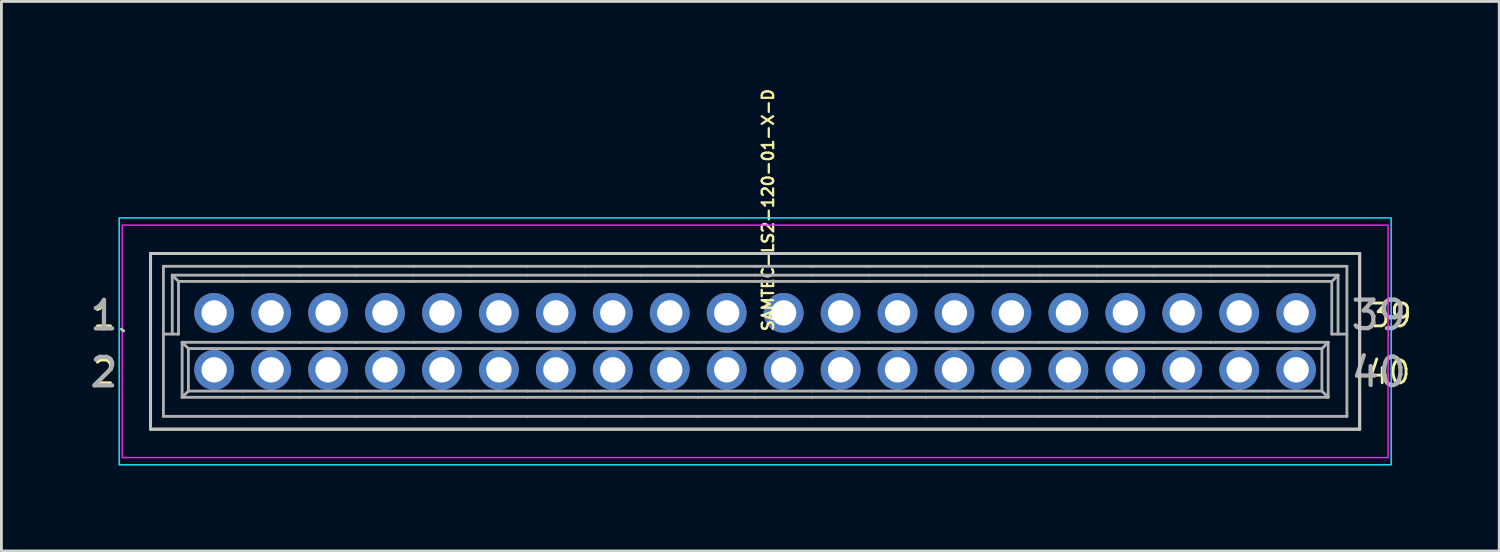
<source format=kicad_pcb>
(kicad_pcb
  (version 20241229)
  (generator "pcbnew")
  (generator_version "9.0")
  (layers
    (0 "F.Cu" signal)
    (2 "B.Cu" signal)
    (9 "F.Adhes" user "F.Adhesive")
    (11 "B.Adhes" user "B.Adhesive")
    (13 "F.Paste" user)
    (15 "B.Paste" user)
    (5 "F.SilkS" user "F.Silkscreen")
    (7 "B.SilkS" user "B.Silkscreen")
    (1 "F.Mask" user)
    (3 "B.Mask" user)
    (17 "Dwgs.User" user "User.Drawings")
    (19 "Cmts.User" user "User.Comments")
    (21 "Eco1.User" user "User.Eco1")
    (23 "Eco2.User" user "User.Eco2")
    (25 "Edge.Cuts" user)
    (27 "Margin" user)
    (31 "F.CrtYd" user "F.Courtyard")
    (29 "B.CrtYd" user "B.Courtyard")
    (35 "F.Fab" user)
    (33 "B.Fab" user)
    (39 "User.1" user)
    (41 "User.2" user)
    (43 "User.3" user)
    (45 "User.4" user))
  (footprint "SAMTEC-LS2-120-01-X-D"
    (layer "F.Cu")
    (at 23.471 8.938)
    (property "Reference" "SAMTEC-LS2-120-01-X-D" (at 0.45 -4.61 90) (unlocked yes) (layer "F.SilkS") (effects (font (size 0.4 0.4) (thickness 0.08))))
    (attr through_hole)
    (fp_circle (center -19 -1) (end -18.204 -1) (stroke (width 0.1) (type solid)) (fill yes) (layer "F.Mask"))
    (fp_circle (center -19 1) (end -18.204 1) (stroke (width 0.1) (type solid)) (fill yes) (layer "F.Mask"))
    (fp_circle (center -17 -1) (end -16.204 -1) (stroke (width 0.1) (type solid)) (fill yes) (layer "F.Mask"))
    (fp_circle (center -17 1) (end -16.204 1) (stroke (width 0.1) (type solid)) (fill yes) (layer "F.Mask"))
    (fp_circle (center -15 -1) (end -14.204 -1) (stroke (width 0.1) (type solid)) (fill yes) (layer "F.Mask"))
    (fp_circle (center -15 1) (end -14.204 1) (stroke (width 0.1) (type solid)) (fill yes) (layer "F.Mask"))
    (fp_circle (center -13 -1) (end -12.204 -1) (stroke (width 0.1) (type solid)) (fill yes) (layer "F.Mask"))
    (fp_circle (center -13 1) (end -12.204 1) (stroke (width 0.1) (type solid)) (fill yes) (layer "F.Mask"))
    (fp_circle (center -11 -1) (end -10.204 -1) (stroke (width 0.1) (type solid)) (fill yes) (layer "F.Mask"))
    (fp_circle (center -11 1) (end -10.204 1) (stroke (width 0.1) (type solid)) (fill yes) (layer "F.Mask"))
    (fp_circle (center -9 -1) (end -8.204 -1) (stroke (width 0.1) (type solid)) (fill yes) (layer "F.Mask"))
    (fp_circle (center -9 1) (end -8.204 1) (stroke (width 0.1) (type solid)) (fill yes) (layer "F.Mask"))
    (fp_circle (center -7 -1) (end -6.204 -1) (stroke (width 0.1) (type solid)) (fill yes) (layer "F.Mask"))
    (fp_circle (center -7 1) (end -6.204 1) (stroke (width 0.1) (type solid)) (fill yes) (layer "F.Mask"))
    (fp_circle (center -5 -1) (end -4.204 -1) (stroke (width 0.1) (type solid)) (fill yes) (layer "F.Mask"))
    (fp_circle (center -5 1) (end -4.204 1) (stroke (width 0.1) (type solid)) (fill yes) (layer "F.Mask"))
    (fp_circle (center -3 -1) (end -2.204 -1) (stroke (width 0.1) (type solid)) (fill yes) (layer "F.Mask"))
    (fp_circle (center -3 1) (end -2.204 1) (stroke (width 0.1) (type solid)) (fill yes) (layer "F.Mask"))
    (fp_circle (center -1 -1) (end -0.204 -1) (stroke (width 0.1) (type solid)) (fill yes) (layer "F.Mask"))
    (fp_circle (center -1 1) (end -0.204 1) (stroke (width 0.1) (type solid)) (fill yes) (layer "F.Mask"))
    (fp_circle (center 1 -1) (end 1.796 -1) (stroke (width 0.1) (type solid)) (fill yes) (layer "F.Mask"))
    (fp_circle (center 1 1) (end 1.796 1) (stroke (width 0.1) (type solid)) (fill yes) (layer "F.Mask"))
    (fp_circle (center 3 -1) (end 3.796 -1) (stroke (width 0.1) (type solid)) (fill yes) (layer "F.Mask"))
    (fp_circle (center 3 1) (end 3.796 1) (stroke (width 0.1) (type solid)) (fill yes) (layer "F.Mask"))
    (fp_circle (center 5 -1) (end 5.796 -1) (stroke (width 0.1) (type solid)) (fill yes) (layer "F.Mask"))
    (fp_circle (center 5 1) (end 5.796 1) (stroke (width 0.1) (type solid)) (fill yes) (layer "F.Mask"))
    (fp_circle (center 7 -1) (end 7.796 -1) (stroke (width 0.1) (type solid)) (fill yes) (layer "F.Mask"))
    (fp_circle (center 7 1) (end 7.796 1) (stroke (width 0.1) (type solid)) (fill yes) (layer "F.Mask"))
    (fp_circle (center 9 -1) (end 9.796 -1) (stroke (width 0.1) (type solid)) (fill yes) (layer "F.Mask"))
    (fp_circle (center 9 1) (end 9.796 1) (stroke (width 0.1) (type solid)) (fill yes) (layer "F.Mask"))
    (fp_circle (center 11 -1) (end 11.796 -1) (stroke (width 0.1) (type solid)) (fill yes) (layer "F.Mask"))
    (fp_circle (center 11 1) (end 11.796 1) (stroke (width 0.1) (type solid)) (fill yes) (layer "F.Mask"))
    (fp_circle (center 13 -1) (end 13.796 -1) (stroke (width 0.1) (type solid)) (fill yes) (layer "F.Mask"))
    (fp_circle (center 13 1) (end 13.796 1) (stroke (width 0.1) (type solid)) (fill yes) (layer "F.Mask"))
    (fp_circle (center 15 -1) (end 15.796 -1) (stroke (width 0.1) (type solid)) (fill yes) (layer "F.Mask"))
    (fp_circle (center 15 1) (end 15.796 1) (stroke (width 0.1) (type solid)) (fill yes) (layer "F.Mask"))
    (fp_circle (center 17 -1) (end 17.796 -1) (stroke (width 0.1) (type solid)) (fill yes) (layer "F.Mask"))
    (fp_circle (center 17 1) (end 17.796 1) (stroke (width 0.1) (type solid)) (fill yes) (layer "F.Mask"))
    (fp_circle (center 19 -1) (end 19.796 -1) (stroke (width 0.1) (type solid)) (fill yes) (layer "F.Mask"))
    (fp_circle (center 19 1) (end 19.796 1) (stroke (width 0.1) (type solid)) (fill yes) (layer "F.Mask"))
    (fp_circle (center -19 -1) (end -18.204 -1) (stroke (width 0.1) (type solid)) (fill yes) (layer "B.Mask"))
    (fp_circle (center -19 1) (end -18.204 1) (stroke (width 0.1) (type solid)) (fill yes) (layer "B.Mask"))
    (fp_circle (center -17 -1) (end -16.204 -1) (stroke (width 0.1) (type solid)) (fill yes) (layer "B.Mask"))
    (fp_circle (center -17 1) (end -16.204 1) (stroke (width 0.1) (type solid)) (fill yes) (layer "B.Mask"))
    (fp_circle (center -15 -1) (end -14.204 -1) (stroke (width 0.1) (type solid)) (fill yes) (layer "B.Mask"))
    (fp_circle (center -15 1) (end -14.204 1) (stroke (width 0.1) (type solid)) (fill yes) (layer "B.Mask"))
    (fp_circle (center -13 -1) (end -12.204 -1) (stroke (width 0.1) (type solid)) (fill yes) (layer "B.Mask"))
    (fp_circle (center -13 1) (end -12.204 1) (stroke (width 0.1) (type solid)) (fill yes) (layer "B.Mask"))
    (fp_circle (center -11 -1) (end -10.204 -1) (stroke (width 0.1) (type solid)) (fill yes) (layer "B.Mask"))
    (fp_circle (center -11 1) (end -10.204 1) (stroke (width 0.1) (type solid)) (fill yes) (layer "B.Mask"))
    (fp_circle (center -9 -1) (end -8.204 -1) (stroke (width 0.1) (type solid)) (fill yes) (layer "B.Mask"))
    (fp_circle (center -9 1) (end -8.204 1) (stroke (width 0.1) (type solid)) (fill yes) (layer "B.Mask"))
    (fp_circle (center -7 -1) (end -6.204 -1) (stroke (width 0.1) (type solid)) (fill yes) (layer "B.Mask"))
    (fp_circle (center -7 1) (end -6.204 1) (stroke (width 0.1) (type solid)) (fill yes) (layer "B.Mask"))
    (fp_circle (center -5 -1) (end -4.204 -1) (stroke (width 0.1) (type solid)) (fill yes) (layer "B.Mask"))
    (fp_circle (center -5 1) (end -4.204 1) (stroke (width 0.1) (type solid)) (fill yes) (layer "B.Mask"))
    (fp_circle (center -3 -1) (end -2.204 -1) (stroke (width 0.1) (type solid)) (fill yes) (layer "B.Mask"))
    (fp_circle (center -3 1) (end -2.204 1) (stroke (width 0.1) (type solid)) (fill yes) (layer "B.Mask"))
    (fp_circle (center -1 -1) (end -0.204 -1) (stroke (width 0.1) (type solid)) (fill yes) (layer "B.Mask"))
    (fp_circle (center -1 1) (end -0.204 1) (stroke (width 0.1) (type solid)) (fill yes) (layer "B.Mask"))
    (fp_circle (center 1 -1) (end 1.796 -1) (stroke (width 0.1) (type solid)) (fill yes) (layer "B.Mask"))
    (fp_circle (center 1 1) (end 1.796 1) (stroke (width 0.1) (type solid)) (fill yes) (layer "B.Mask"))
    (fp_circle (center 3 -1) (end 3.796 -1) (stroke (width 0.1) (type solid)) (fill yes) (layer "B.Mask"))
    (fp_circle (center 3 1) (end 3.796 1) (stroke (width 0.1) (type solid)) (fill yes) (layer "B.Mask"))
    (fp_circle (center 5 -1) (end 5.796 -1) (stroke (width 0.1) (type solid)) (fill yes) (layer "B.Mask"))
    (fp_circle (center 5 1) (end 5.796 1) (stroke (width 0.1) (type solid)) (fill yes) (layer "B.Mask"))
    (fp_circle (center 7 -1) (end 7.796 -1) (stroke (width 0.1) (type solid)) (fill yes) (layer "B.Mask"))
    (fp_circle (center 7 1) (end 7.796 1) (stroke (width 0.1) (type solid)) (fill yes) (layer "B.Mask"))
    (fp_circle (center 9 -1) (end 9.796 -1) (stroke (width 0.1) (type solid)) (fill yes) (layer "B.Mask"))
    (fp_circle (center 9 1) (end 9.796 1) (stroke (width 0.1) (type solid)) (fill yes) (layer "B.Mask"))
    (fp_circle (center 11 -1) (end 11.796 -1) (stroke (width 0.1) (type solid)) (fill yes) (layer "B.Mask"))
    (fp_circle (center 11 1) (end 11.796 1) (stroke (width 0.1) (type solid)) (fill yes) (layer "B.Mask"))
    (fp_circle (center 13 -1) (end 13.796 -1) (stroke (width 0.1) (type solid)) (fill yes) (layer "B.Mask"))
    (fp_circle (center 13 1) (end 13.796 1) (stroke (width 0.1) (type solid)) (fill yes) (layer "B.Mask"))
    (fp_circle (center 15 -1) (end 15.796 -1) (stroke (width 0.1) (type solid)) (fill yes) (layer "B.Mask"))
    (fp_circle (center 15 1) (end 15.796 1) (stroke (width 0.1) (type solid)) (fill yes) (layer "B.Mask"))
    (fp_circle (center 17 -1) (end 17.796 -1) (stroke (width 0.1) (type solid)) (fill yes) (layer "B.Mask"))
    (fp_circle (center 17 1) (end 17.796 1) (stroke (width 0.1) (type solid)) (fill yes) (layer "B.Mask"))
    (fp_circle (center 19 -1) (end 19.796 -1) (stroke (width 0.1) (type solid)) (fill yes) (layer "B.Mask"))
    (fp_circle (center 19 1) (end 19.796 1) (stroke (width 0.1) (type solid)) (fill yes) (layer "B.Mask"))
    (fp_line (start -21.232 -3.085) (end -21.232 3.085) (stroke (width 0.1) (type solid)) (layer "F.SilkS"))
    (fp_line (start -21.232 3.085) (end 21.232 3.085) (stroke (width 0.1) (type solid)) (layer "F.SilkS"))
    (fp_line (start 21.232 -3.085) (end -21.232 -3.085) (stroke (width 0.1) (type solid)) (layer "F.SilkS"))
    (fp_line (start 21.232 3.085) (end 21.232 -3.085) (stroke (width 0.1) (type solid)) (layer "F.SilkS"))
    (fp_line (start -22.257 -0.428) (end -22.178 -0.365) (stroke (width 0.1) (type solid)) (layer "Dwgs.User"))
    (fp_line (start -21.232 -3.085) (end -21.232 3.085) (stroke (width 0.1) (type solid)) (layer "Dwgs.User"))
    (fp_line (start -21.232 3.085) (end 21.232 3.085) (stroke (width 0.1) (type solid)) (layer "Dwgs.User"))
    (fp_line (start 21.232 -3.085) (end -21.232 -3.085) (stroke (width 0.1) (type solid)) (layer "Dwgs.User"))
    (fp_line (start 21.232 3.085) (end 21.232 -3.085) (stroke (width 0.1) (type solid)) (layer "Dwgs.User"))
    (fp_poly (pts (xy -22.336 4.336) (xy -22.336 -4.336) (xy 22.336 -4.336) (xy 22.336 4.336) (xy -22.336 4.336)) (stroke (width 0.05) (type solid)) (fill no) (layer "B.CrtYd"))
    (fp_poly (pts (xy 22.229 -4.082) (xy -22.229 -4.082) (xy -22.229 4.082) (xy 22.229 4.082) (xy 22.229 -4.082)) (stroke (width 0.05) (type solid)) (fill no) (layer "F.CrtYd"))
    (fp_line (start -20.782 -2.635) (end -20.782 2.635) (stroke (width 0.1) (type solid)) (layer "F.Fab"))
    (fp_line (start -20.782 2.635) (end -18 2.635) (stroke (width 0.1) (type solid)) (layer "F.Fab"))
    (fp_line (start -20.472 -2.324) (end -18 -2.324) (stroke (width 0.1) (type solid)) (layer "F.Fab"))
    (fp_line (start -20.472 -0.254) (end -20.472 -2.324) (stroke (width 0.1) (type solid)) (layer "F.Fab"))
    (fp_line (start -20.252 -2.104) (end -20.472 -2.324) (stroke (width 0.1) (type solid)) (layer "F.Fab"))
    (fp_line (start -20.252 -2.104) (end -20.252 -0.254) (stroke (width 0.1) (type solid)) (layer "F.Fab"))
    (fp_line (start -20.252 -0.254) (end -20.782 -0.254) (stroke (width 0.1) (type solid)) (layer "F.Fab"))
    (fp_line (start -20.125 0.034) (end -20.125 1.965) (stroke (width 0.1) (type solid)) (layer "F.Fab"))
    (fp_line (start -20.125 1.965) (end -19.905 1.745) (stroke (width 0.1) (type solid)) (layer "F.Fab"))
    (fp_line (start -19.905 0.254) (end -20.125 0.034) (stroke (width 0.1) (type solid)) (layer "F.Fab"))
    (fp_line (start -19.905 0.254) (end -18 0.254) (stroke (width 0.1) (type solid)) (layer "F.Fab"))
    (fp_line (start -19.905 1.745) (end -19.905 0.254) (stroke (width 0.1) (type solid)) (layer "F.Fab"))
    (fp_line (start -19.248 -1.25) (end -18.748 -1.25) (stroke (width 0.1) (type solid)) (layer "F.Fab"))
    (fp_line (start -19.248 -0.749) (end -19.248 -1.25) (stroke (width 0.1) (type solid)) (layer "F.Fab"))
    (fp_line (start -19.248 0.749) (end -18.748 0.749) (stroke (width 0.1) (type solid)) (layer "F.Fab"))
    (fp_line (start -19.248 1.25) (end -19.248 0.749) (stroke (width 0.1) (type solid)) (layer "F.Fab"))
    (fp_line (start -18.748 -1.25) (end -18.748 -0.749) (stroke (width 0.1) (type solid)) (layer "F.Fab"))
    (fp_line (start -18.748 -0.749) (end -19.248 -0.749) (stroke (width 0.1) (type solid)) (layer "F.Fab"))
    (fp_line (start -18.748 0.749) (end -18.748 1.25) (stroke (width 0.1) (type solid)) (layer "F.Fab"))
    (fp_line (start -18.748 1.25) (end -19.248 1.25) (stroke (width 0.1) (type solid)) (layer "F.Fab"))
    (fp_line (start -18 -2.635) (end -20.782 -2.635) (stroke (width 0.1) (type solid)) (layer "F.Fab"))
    (fp_line (start -18 -2.324) (end -16 -2.324) (stroke (width 0.1) (type solid)) (layer "F.Fab"))
    (fp_line (start -18 -2.104) (end -20.252 -2.104) (stroke (width 0.1) (type solid)) (layer "F.Fab"))
    (fp_line (start -18 0.034) (end -20.125 0.034) (stroke (width 0.1) (type solid)) (layer "F.Fab"))
    (fp_line (start -18 0.254) (end -16 0.254) (stroke (width 0.1) (type solid)) (layer "F.Fab"))
    (fp_line (start -18 1.745) (end -19.905 1.745) (stroke (width 0.1) (type solid)) (layer "F.Fab"))
    (fp_line (start -18 1.745) (end -16 1.745) (stroke (width 0.1) (type solid)) (layer "F.Fab"))
    (fp_line (start -18 1.965) (end -20.125 1.965) (stroke (width 0.1) (type solid)) (layer "F.Fab"))
    (fp_line (start -17.251 -1.25) (end -16.751 -1.25) (stroke (width 0.1) (type solid)) (layer "F.Fab"))
    (fp_line (start -17.251 -0.749) (end -17.251 -1.25) (stroke (width 0.1) (type solid)) (layer "F.Fab"))
    (fp_line (start -17.251 0.749) (end -16.754 0.749) (stroke (width 0.1) (type solid)) (layer "F.Fab"))
    (fp_line (start -17.251 1.236) (end -17.251 0.749) (stroke (width 0.1) (type solid)) (layer "F.Fab"))
    (fp_line (start -16.754 0.749) (end -16.754 1.236) (stroke (width 0.1) (type solid)) (layer "F.Fab"))
    (fp_line (start -16.754 1.236) (end -17.251 1.236) (stroke (width 0.1) (type solid)) (layer "F.Fab"))
    (fp_line (start -16.751 -1.25) (end -16.751 -0.749) (stroke (width 0.1) (type solid)) (layer "F.Fab"))
    (fp_line (start -16.751 -0.749) (end -17.251 -0.749) (stroke (width 0.1) (type solid)) (layer "F.Fab"))
    (fp_line (start -16 -2.635) (end -18 -2.635) (stroke (width 0.1) (type solid)) (layer "F.Fab"))
    (fp_line (start -16 -2.324) (end -14 -2.324) (stroke (width 0.1) (type solid)) (layer "F.Fab"))
    (fp_line (start -16 -2.104) (end -18 -2.104) (stroke (width 0.1) (type solid)) (layer "F.Fab"))
    (fp_line (start -16 0.034) (end -18 0.034) (stroke (width 0.1) (type solid)) (layer "F.Fab"))
    (fp_line (start -16 0.254) (end -14 0.254) (stroke (width 0.1) (type solid)) (layer "F.Fab"))
    (fp_line (start -16 1.745) (end -14 1.745) (stroke (width 0.1) (type solid)) (layer "F.Fab"))
    (fp_line (start -16 1.965) (end -18 1.965) (stroke (width 0.1) (type solid)) (layer "F.Fab"))
    (fp_line (start -16 2.633) (end -16 2.635) (stroke (width 0.1) (type solid)) (layer "F.Fab"))
    (fp_line (start -16 2.635) (end -18 2.635) (stroke (width 0.1) (type solid)) (layer "F.Fab"))
    (fp_line (start -15.251 -1.25) (end -14.751 -1.25) (stroke (width 0.1) (type solid)) (layer "F.Fab"))
    (fp_line (start -15.251 -0.749) (end -15.251 -1.25) (stroke (width 0.1) (type solid)) (layer "F.Fab"))
    (fp_line (start -15.251 0.749) (end -14.754 0.749) (stroke (width 0.1) (type solid)) (layer "F.Fab"))
    (fp_line (start -15.251 1.236) (end -15.251 0.749) (stroke (width 0.1) (type solid)) (layer "F.Fab"))
    (fp_line (start -14.754 0.749) (end -14.754 1.236) (stroke (width 0.1) (type solid)) (layer "F.Fab"))
    (fp_line (start -14.754 1.236) (end -15.251 1.236) (stroke (width 0.1) (type solid)) (layer "F.Fab"))
    (fp_line (start -14.751 -1.25) (end -14.751 -0.749) (stroke (width 0.1) (type solid)) (layer "F.Fab"))
    (fp_line (start -14.751 -0.749) (end -15.251 -0.749) (stroke (width 0.1) (type solid)) (layer "F.Fab"))
    (fp_line (start -14 -2.635) (end -16 -2.635) (stroke (width 0.1) (type solid)) (layer "F.Fab"))
    (fp_line (start -14 -2.324) (end -12 -2.324) (stroke (width 0.1) (type solid)) (layer "F.Fab"))
    (fp_line (start -14 -2.104) (end -16 -2.104) (stroke (width 0.1) (type solid)) (layer "F.Fab"))
    (fp_line (start -14 0.034) (end -16 0.034) (stroke (width 0.1) (type solid)) (layer "F.Fab"))
    (fp_line (start -14 0.254) (end -12 0.254) (stroke (width 0.1) (type solid)) (layer "F.Fab"))
    (fp_line (start -14 1.745) (end -12 1.745) (stroke (width 0.1) (type solid)) (layer "F.Fab"))
    (fp_line (start -14 1.965) (end -16 1.965) (stroke (width 0.1) (type solid)) (layer "F.Fab"))
    (fp_line (start -14 2.633) (end -14 2.635) (stroke (width 0.1) (type solid)) (layer "F.Fab"))
    (fp_line (start -14 2.635) (end -16 2.635) (stroke (width 0.1) (type solid)) (layer "F.Fab"))
    (fp_line (start -13.251 -1.25) (end -12.751 -1.25) (stroke (width 0.1) (type solid)) (layer "F.Fab"))
    (fp_line (start -13.251 -0.749) (end -13.251 -1.25) (stroke (width 0.1) (type solid)) (layer "F.Fab"))
    (fp_line (start -13.251 0.749) (end -12.754 0.749) (stroke (width 0.1) (type solid)) (layer "F.Fab"))
    (fp_line (start -13.251 1.236) (end -13.251 0.749) (stroke (width 0.1) (type solid)) (layer "F.Fab"))
    (fp_line (start -12.754 1.236) (end -13.251 1.236) (stroke (width 0.1) (type solid)) (layer "F.Fab"))
    (fp_line (start -12.754 0.749) (end -12.754 1.236) (stroke (width 0.1) (type solid)) (layer "F.Fab"))
    (fp_line (start -12.751 -1.25) (end -12.751 -0.749) (stroke (width 0.1) (type solid)) (layer "F.Fab"))
    (fp_line (start -12.751 -0.749) (end -13.251 -0.749) (stroke (width 0.1) (type solid)) (layer "F.Fab"))
    (fp_line (start -12 -2.635) (end -14 -2.635) (stroke (width 0.1) (type solid)) (layer "F.Fab"))
    (fp_line (start -12 -2.324) (end -10 -2.324) (stroke (width 0.1) (type solid)) (layer "F.Fab"))
    (fp_line (start -12 -2.104) (end -14 -2.104) (stroke (width 0.1) (type solid)) (layer "F.Fab"))
    (fp_line (start -12 0.034) (end -14 0.034) (stroke (width 0.1) (type solid)) (layer "F.Fab"))
    (fp_line (start -12 1.745) (end -10 1.745) (stroke (width 0.1) (type solid)) (layer "F.Fab"))
    (fp_line (start -12 1.965) (end -14 1.965) (stroke (width 0.1) (type solid)) (layer "F.Fab"))
    (fp_line (start -12 2.635) (end -14 2.635) (stroke (width 0.1) (type solid)) (layer "F.Fab"))
    (fp_line (start -12 0.254) (end -10 0.254) (stroke (width 0.1) (type solid)) (layer "F.Fab"))
    (fp_line (start -12 2.633) (end -12 2.635) (stroke (width 0.1) (type solid)) (layer "F.Fab"))
    (fp_line (start -11.251 -1.25) (end -10.751 -1.25) (stroke (width 0.1) (type solid)) (layer "F.Fab"))
    (fp_line (start -11.251 -0.749) (end -11.251 -1.25) (stroke (width 0.1) (type solid)) (layer "F.Fab"))
    (fp_line (start -11.251 0.749) (end -10.754 0.749) (stroke (width 0.1) (type solid)) (layer "F.Fab"))
    (fp_line (start -11.251 1.236) (end -11.251 0.749) (stroke (width 0.1) (type solid)) (layer "F.Fab"))
    (fp_line (start -10.754 0.749) (end -10.754 1.236) (stroke (width 0.1) (type solid)) (layer "F.Fab"))
    (fp_line (start -10.754 1.236) (end -11.251 1.236) (stroke (width 0.1) (type solid)) (layer "F.Fab"))
    (fp_line (start -10.751 -1.25) (end -10.751 -0.749) (stroke (width 0.1) (type solid)) (layer "F.Fab"))
    (fp_line (start -10.751 -0.749) (end -11.251 -0.749) (stroke (width 0.1) (type solid)) (layer "F.Fab"))
    (fp_line (start -10 -2.635) (end -12 -2.635) (stroke (width 0.1) (type solid)) (layer "F.Fab"))
    (fp_line (start -10 -2.324) (end -8 -2.324) (stroke (width 0.1) (type solid)) (layer "F.Fab"))
    (fp_line (start -10 -2.104) (end -12 -2.104) (stroke (width 0.1) (type solid)) (layer "F.Fab"))
    (fp_line (start -10 0.034) (end -12 0.034) (stroke (width 0.1) (type solid)) (layer "F.Fab"))
    (fp_line (start -10 0.254) (end -8 0.254) (stroke (width 0.1) (type solid)) (layer "F.Fab"))
    (fp_line (start -10 1.745) (end -8 1.745) (stroke (width 0.1) (type solid)) (layer "F.Fab"))
    (fp_line (start -10 1.965) (end -12 1.965) (stroke (width 0.1) (type solid)) (layer "F.Fab"))
    (fp_line (start -10 2.633) (end -10 2.635) (stroke (width 0.1) (type solid)) (layer "F.Fab"))
    (fp_line (start -10 2.635) (end -12 2.635) (stroke (width 0.1) (type solid)) (layer "F.Fab"))
    (fp_line (start -9.251 1.236) (end -9.251 0.749) (stroke (width 0.1) (type solid)) (layer "F.Fab"))
    (fp_line (start -9.251 -1.25) (end -8.751 -1.25) (stroke (width 0.1) (type solid)) (layer "F.Fab"))
    (fp_line (start -9.251 -0.749) (end -9.251 -1.25) (stroke (width 0.1) (type solid)) (layer "F.Fab"))
    (fp_line (start -9.251 0.749) (end -8.754 0.749) (stroke (width 0.1) (type solid)) (layer "F.Fab"))
    (fp_line (start -8.754 0.749) (end -8.754 1.236) (stroke (width 0.1) (type solid)) (layer "F.Fab"))
    (fp_line (start -8.754 1.236) (end -9.251 1.236) (stroke (width 0.1) (type solid)) (layer "F.Fab"))
    (fp_line (start -8.751 -1.25) (end -8.751 -0.749) (stroke (width 0.1) (type solid)) (layer "F.Fab"))
    (fp_line (start -8.751 -0.749) (end -9.251 -0.749) (stroke (width 0.1) (type solid)) (layer "F.Fab"))
    (fp_line (start -8 -2.635) (end -10 -2.635) (stroke (width 0.1) (type solid)) (layer "F.Fab"))
    (fp_line (start -8 -2.324) (end -6 -2.324) (stroke (width 0.1) (type solid)) (layer "F.Fab"))
    (fp_line (start -8 -2.104) (end -10 -2.104) (stroke (width 0.1) (type solid)) (layer "F.Fab"))
    (fp_line (start -8 0.034) (end -10 0.034) (stroke (width 0.1) (type solid)) (layer "F.Fab"))
    (fp_line (start -8 0.254) (end -6 0.254) (stroke (width 0.1) (type solid)) (layer "F.Fab"))
    (fp_line (start -8 1.745) (end -6 1.745) (stroke (width 0.1) (type solid)) (layer "F.Fab"))
    (fp_line (start -8 1.965) (end -10 1.965) (stroke (width 0.1) (type solid)) (layer "F.Fab"))
    (fp_line (start -8 2.633) (end -8 2.635) (stroke (width 0.1) (type solid)) (layer "F.Fab"))
    (fp_line (start -8 2.635) (end -10 2.635) (stroke (width 0.1) (type solid)) (layer "F.Fab"))
    (fp_line (start -7.251 -1.25) (end -6.751 -1.25) (stroke (width 0.1) (type solid)) (layer "F.Fab"))
    (fp_line (start -7.251 -0.749) (end -7.251 -1.25) (stroke (width 0.1) (type solid)) (layer "F.Fab"))
    (fp_line (start -7.251 0.749) (end -6.754 0.749) (stroke (width 0.1) (type solid)) (layer "F.Fab"))
    (fp_line (start -7.251 1.236) (end -7.251 0.749) (stroke (width 0.1) (type solid)) (layer "F.Fab"))
    (fp_line (start -6.754 0.749) (end -6.754 1.236) (stroke (width 0.1) (type solid)) (layer "F.Fab"))
    (fp_line (start -6.754 1.236) (end -7.251 1.236) (stroke (width 0.1) (type solid)) (layer "F.Fab"))
    (fp_line (start -6.751 -1.25) (end -6.751 -0.749) (stroke (width 0.1) (type solid)) (layer "F.Fab"))
    (fp_line (start -6.751 -0.749) (end -7.251 -0.749) (stroke (width 0.1) (type solid)) (layer "F.Fab"))
    (fp_line (start -6 2.633) (end -6 2.635) (stroke (width 0.1) (type solid)) (layer "F.Fab"))
    (fp_line (start -6 -2.635) (end -8 -2.635) (stroke (width 0.1) (type solid)) (layer "F.Fab"))
    (fp_line (start -6 -2.324) (end -4 -2.324) (stroke (width 0.1) (type solid)) (layer "F.Fab"))
    (fp_line (start -6 -2.104) (end -8 -2.104) (stroke (width 0.1) (type solid)) (layer "F.Fab"))
    (fp_line (start -6 0.034) (end -8 0.034) (stroke (width 0.1) (type solid)) (layer "F.Fab"))
    (fp_line (start -6 0.254) (end -4 0.254) (stroke (width 0.1) (type solid)) (layer "F.Fab"))
    (fp_line (start -6 1.745) (end -4 1.745) (stroke (width 0.1) (type solid)) (layer "F.Fab"))
    (fp_line (start -6 1.965) (end -8 1.965) (stroke (width 0.1) (type solid)) (layer "F.Fab"))
    (fp_line (start -6 2.635) (end -8 2.635) (stroke (width 0.1) (type solid)) (layer "F.Fab"))
    (fp_line (start -5.251 1.236) (end -5.251 0.749) (stroke (width 0.1) (type solid)) (layer "F.Fab"))
    (fp_line (start -5.251 -1.25) (end -4.751 -1.25) (stroke (width 0.1) (type solid)) (layer "F.Fab"))
    (fp_line (start -5.251 -0.749) (end -5.251 -1.25) (stroke (width 0.1) (type solid)) (layer "F.Fab"))
    (fp_line (start -5.251 0.749) (end -4.754 0.749) (stroke (width 0.1) (type solid)) (layer "F.Fab"))
    (fp_line (start -4.754 0.749) (end -4.754 1.236) (stroke (width 0.1) (type solid)) (layer "F.Fab"))
    (fp_line (start -4.754 1.236) (end -5.251 1.236) (stroke (width 0.1) (type solid)) (layer "F.Fab"))
    (fp_line (start -4.751 -1.25) (end -4.751 -0.749) (stroke (width 0.1) (type solid)) (layer "F.Fab"))
    (fp_line (start -4.751 -0.749) (end -5.251 -0.749) (stroke (width 0.1) (type solid)) (layer "F.Fab"))
    (fp_line (start -4 -2.635) (end -6 -2.635) (stroke (width 0.1) (type solid)) (layer "F.Fab"))
    (fp_line (start -4 -2.324) (end -2 -2.324) (stroke (width 0.1) (type solid)) (layer "F.Fab"))
    (fp_line (start -4 -2.104) (end -6 -2.104) (stroke (width 0.1) (type solid)) (layer "F.Fab"))
    (fp_line (start -4 0.034) (end -6 0.034) (stroke (width 0.1) (type solid)) (layer "F.Fab"))
    (fp_line (start -4 0.254) (end -2 0.254) (stroke (width 0.1) (type solid)) (layer "F.Fab"))
    (fp_line (start -4 1.745) (end -2 1.745) (stroke (width 0.1) (type solid)) (layer "F.Fab"))
    (fp_line (start -4 1.965) (end -6 1.965) (stroke (width 0.1) (type solid)) (layer "F.Fab"))
    (fp_line (start -4 2.633) (end -4 2.635) (stroke (width 0.1) (type solid)) (layer "F.Fab"))
    (fp_line (start -4 2.635) (end -6 2.635) (stroke (width 0.1) (type solid)) (layer "F.Fab"))
    (fp_line (start -3.251 -1.25) (end -2.751 -1.25) (stroke (width 0.1) (type solid)) (layer "F.Fab"))
    (fp_line (start -3.251 -0.749) (end -3.251 -1.25) (stroke (width 0.1) (type solid)) (layer "F.Fab"))
    (fp_line (start -3.251 0.749) (end -2.754 0.749) (stroke (width 0.1) (type solid)) (layer "F.Fab"))
    (fp_line (start -3.251 1.236) (end -3.251 0.749) (stroke (width 0.1) (type solid)) (layer "F.Fab"))
    (fp_line (start -2.754 0.749) (end -2.754 1.236) (stroke (width 0.1) (type solid)) (layer "F.Fab"))
    (fp_line (start -2.754 1.236) (end -3.251 1.236) (stroke (width 0.1) (type solid)) (layer "F.Fab"))
    (fp_line (start -2.751 -1.25) (end -2.751 -0.749) (stroke (width 0.1) (type solid)) (layer "F.Fab"))
    (fp_line (start -2.751 -0.749) (end -3.251 -0.749) (stroke (width 0.1) (type solid)) (layer "F.Fab"))
    (fp_line (start -2 -2.635) (end -4 -2.635) (stroke (width 0.1) (type solid)) (layer "F.Fab"))
    (fp_line (start -2 -2.324) (end 0 -2.324) (stroke (width 0.1) (type solid)) (layer "F.Fab"))
    (fp_line (start -2 -2.104) (end -4 -2.104) (stroke (width 0.1) (type solid)) (layer "F.Fab"))
    (fp_line (start -2 0.034) (end -4 0.034) (stroke (width 0.1) (type solid)) (layer "F.Fab"))
    (fp_line (start -2 0.254) (end 0 0.254) (stroke (width 0.1) (type solid)) (layer "F.Fab"))
    (fp_line (start -2 1.745) (end 0 1.745) (stroke (width 0.1) (type solid)) (layer "F.Fab"))
    (fp_line (start -2 1.965) (end -4 1.965) (stroke (width 0.1) (type solid)) (layer "F.Fab"))
    (fp_line (start -2 2.633) (end -2 2.635) (stroke (width 0.1) (type solid)) (layer "F.Fab"))
    (fp_line (start -2 2.635) (end -4 2.635) (stroke (width 0.1) (type solid)) (layer "F.Fab"))
    (fp_line (start -1.251 -1.25) (end -0.751 -1.25) (stroke (width 0.1) (type solid)) (layer "F.Fab"))
    (fp_line (start -1.251 -0.749) (end -1.251 -1.25) (stroke (width 0.1) (type solid)) (layer "F.Fab"))
    (fp_line (start -1.251 0.749) (end -0.754 0.749) (stroke (width 0.1) (type solid)) (layer "F.Fab"))
    (fp_line (start -1.251 1.236) (end -1.251 0.749) (stroke (width 0.1) (type solid)) (layer "F.Fab"))
    (fp_line (start -0.754 0.749) (end -0.754 1.236) (stroke (width 0.1) (type solid)) (layer "F.Fab"))
    (fp_line (start -0.754 1.236) (end -1.251 1.236) (stroke (width 0.1) (type solid)) (layer "F.Fab"))
    (fp_line (start -0.751 -1.25) (end -0.751 -0.749) (stroke (width 0.1) (type solid)) (layer "F.Fab"))
    (fp_line (start -0.751 -0.749) (end -1.251 -0.749) (stroke (width 0.1) (type solid)) (layer "F.Fab"))
    (fp_line (start 0 -2.635) (end -2 -2.635) (stroke (width 0.1) (type solid)) (layer "F.Fab"))
    (fp_line (start 0 -2.324) (end 2 -2.324) (stroke (width 0.1) (type solid)) (layer "F.Fab"))
    (fp_line (start 0 -2.104) (end -2.001 -2.104) (stroke (width 0.1) (type solid)) (layer "F.Fab"))
    (fp_line (start 0 0.034) (end -2 0.034) (stroke (width 0.1) (type solid)) (layer "F.Fab"))
    (fp_line (start 0 0.254) (end 2 0.254) (stroke (width 0.1) (type solid)) (layer "F.Fab"))
    (fp_line (start 0 1.745) (end 2 1.745) (stroke (width 0.1) (type solid)) (layer "F.Fab"))
    (fp_line (start 0 1.965) (end -2 1.965) (stroke (width 0.1) (type solid)) (layer "F.Fab"))
    (fp_line (start 0 2.633) (end 0 2.635) (stroke (width 0.1) (type solid)) (layer "F.Fab"))
    (fp_line (start 0 2.635) (end -2 2.635) (stroke (width 0.1) (type solid)) (layer "F.Fab"))
    (fp_line (start 0.749 -1.25) (end 1.249 -1.25) (stroke (width 0.1) (type solid)) (layer "F.Fab"))
    (fp_line (start 0.749 -0.749) (end 0.749 -1.25) (stroke (width 0.1) (type solid)) (layer "F.Fab"))
    (fp_line (start 0.749 0.749) (end 1.246 0.749) (stroke (width 0.1) (type solid)) (layer "F.Fab"))
    (fp_line (start 0.749 1.236) (end 0.749 0.749) (stroke (width 0.1) (type solid)) (layer "F.Fab"))
    (fp_line (start 1.246 0.749) (end 1.246 1.236) (stroke (width 0.1) (type solid)) (layer "F.Fab"))
    (fp_line (start 1.246 1.236) (end 0.749 1.236) (stroke (width 0.1) (type solid)) (layer "F.Fab"))
    (fp_line (start 1.249 -1.25) (end 1.249 -0.749) (stroke (width 0.1) (type solid)) (layer "F.Fab"))
    (fp_line (start 1.249 -0.749) (end 0.749 -0.749) (stroke (width 0.1) (type solid)) (layer "F.Fab"))
    (fp_line (start 2 -2.635) (end 0 -2.635) (stroke (width 0.1) (type solid)) (layer "F.Fab"))
    (fp_line (start 2 -2.324) (end 4 -2.324) (stroke (width 0.1) (type solid)) (layer "F.Fab"))
    (fp_line (start 2 -2.104) (end -0.001 -2.104) (stroke (width 0.1) (type solid)) (layer "F.Fab"))
    (fp_line (start 2 0.034) (end 0 0.034) (stroke (width 0.1) (type solid)) (layer "F.Fab"))
    (fp_line (start 2 0.254) (end 4 0.254) (stroke (width 0.1) (type solid)) (layer "F.Fab"))
    (fp_line (start 2 1.745) (end 4 1.745) (stroke (width 0.1) (type solid)) (layer "F.Fab"))
    (fp_line (start 2 1.965) (end 0 1.965) (stroke (width 0.1) (type solid)) (layer "F.Fab"))
    (fp_line (start 2 2.633) (end 2 2.635) (stroke (width 0.1) (type solid)) (layer "F.Fab"))
    (fp_line (start 2 2.635) (end 0 2.635) (stroke (width 0.1) (type solid)) (layer "F.Fab"))
    (fp_line (start 2.749 -1.25) (end 3.249 -1.25) (stroke (width 0.1) (type solid)) (layer "F.Fab"))
    (fp_line (start 2.749 -0.749) (end 2.749 -1.25) (stroke (width 0.1) (type solid)) (layer "F.Fab"))
    (fp_line (start 2.749 0.749) (end 3.246 0.749) (stroke (width 0.1) (type solid)) (layer "F.Fab"))
    (fp_line (start 2.749 1.236) (end 2.749 0.749) (stroke (width 0.1) (type solid)) (layer "F.Fab"))
    (fp_line (start 3.246 0.749) (end 3.246 1.236) (stroke (width 0.1) (type solid)) (layer "F.Fab"))
    (fp_line (start 3.246 1.236) (end 2.749 1.236) (stroke (width 0.1) (type solid)) (layer "F.Fab"))
    (fp_line (start 3.249 -1.25) (end 3.249 -0.749) (stroke (width 0.1) (type solid)) (layer "F.Fab"))
    (fp_line (start 3.249 -0.749) (end 2.749 -0.749) (stroke (width 0.1) (type solid)) (layer "F.Fab"))
    (fp_line (start 4 -2.635) (end 2 -2.635) (stroke (width 0.1) (type solid)) (layer "F.Fab"))
    (fp_line (start 4 -2.324) (end 6 -2.324) (stroke (width 0.1) (type solid)) (layer "F.Fab"))
    (fp_line (start 4 -2.104) (end 1.999 -2.104) (stroke (width 0.1) (type solid)) (layer "F.Fab"))
    (fp_line (start 4 0.034) (end 2 0.034) (stroke (width 0.1) (type solid)) (layer "F.Fab"))
    (fp_line (start 4 0.254) (end 6 0.254) (stroke (width 0.1) (type solid)) (layer "F.Fab"))
    (fp_line (start 4 1.745) (end 6 1.745) (stroke (width 0.1) (type solid)) (layer "F.Fab"))
    (fp_line (start 4 1.965) (end 2 1.965) (stroke (width 0.1) (type solid)) (layer "F.Fab"))
    (fp_line (start 4 2.633) (end 4 2.635) (stroke (width 0.1) (type solid)) (layer "F.Fab"))
    (fp_line (start 4 2.635) (end 2 2.635) (stroke (width 0.1) (type solid)) (layer "F.Fab"))
    (fp_line (start 4.749 -1.25) (end 5.249 -1.25) (stroke (width 0.1) (type solid)) (layer "F.Fab"))
    (fp_line (start 4.749 -0.749) (end 4.749 -1.25) (stroke (width 0.1) (type solid)) (layer "F.Fab"))
    (fp_line (start 4.749 0.749) (end 5.246 0.749) (stroke (width 0.1) (type solid)) (layer "F.Fab"))
    (fp_line (start 4.749 1.236) (end 4.749 0.749) (stroke (width 0.1) (type solid)) (layer "F.Fab"))
    (fp_line (start 5.246 1.236) (end 4.749 1.236) (stroke (width 0.1) (type solid)) (layer "F.Fab"))
    (fp_line (start 5.246 0.749) (end 5.246 1.236) (stroke (width 0.1) (type solid)) (layer "F.Fab"))
    (fp_line (start 5.249 -1.25) (end 5.249 -0.749) (stroke (width 0.1) (type solid)) (layer "F.Fab"))
    (fp_line (start 5.249 -0.749) (end 4.749 -0.749) (stroke (width 0.1) (type solid)) (layer "F.Fab"))
    (fp_line (start 6 -2.635) (end 4 -2.635) (stroke (width 0.1) (type solid)) (layer "F.Fab"))
    (fp_line (start 6 -2.324) (end 8 -2.324) (stroke (width 0.1) (type solid)) (layer "F.Fab"))
    (fp_line (start 6 -2.104) (end 3.999 -2.104) (stroke (width 0.1) (type solid)) (layer "F.Fab"))
    (fp_line (start 6 0.034) (end 4 0.034) (stroke (width 0.1) (type solid)) (layer "F.Fab"))
    (fp_line (start 6 0.254) (end 8 0.254) (stroke (width 0.1) (type solid)) (layer "F.Fab"))
    (fp_line (start 6 1.745) (end 8 1.745) (stroke (width 0.1) (type solid)) (layer "F.Fab"))
    (fp_line (start 6 1.965) (end 4 1.965) (stroke (width 0.1) (type solid)) (layer "F.Fab"))
    (fp_line (start 6 2.635) (end 4 2.635) (stroke (width 0.1) (type solid)) (layer "F.Fab"))
    (fp_line (start 6 2.633) (end 6 2.635) (stroke (width 0.1) (type solid)) (layer "F.Fab"))
    (fp_line (start 6.749 -1.25) (end 7.249 -1.25) (stroke (width 0.1) (type solid)) (layer "F.Fab"))
    (fp_line (start 6.749 -0.749) (end 6.749 -1.25) (stroke (width 0.1) (type solid)) (layer "F.Fab"))
    (fp_line (start 6.749 0.749) (end 7.246 0.749) (stroke (width 0.1) (type solid)) (layer "F.Fab"))
    (fp_line (start 6.749 1.236) (end 6.749 0.749) (stroke (width 0.1) (type solid)) (layer "F.Fab"))
    (fp_line (start 7.246 0.749) (end 7.246 1.236) (stroke (width 0.1) (type solid)) (layer "F.Fab"))
    (fp_line (start 7.246 1.236) (end 6.749 1.236) (stroke (width 0.1) (type solid)) (layer "F.Fab"))
    (fp_line (start 7.249 -1.25) (end 7.249 -0.749) (stroke (width 0.1) (type solid)) (layer "F.Fab"))
    (fp_line (start 7.249 -0.749) (end 6.749 -0.749) (stroke (width 0.1) (type solid)) (layer "F.Fab"))
    (fp_line (start 8 -2.635) (end 6 -2.635) (stroke (width 0.1) (type solid)) (layer "F.Fab"))
    (fp_line (start 8 -2.324) (end 10 -2.324) (stroke (width 0.1) (type solid)) (layer "F.Fab"))
    (fp_line (start 8 -2.104) (end 5.999 -2.104) (stroke (width 0.1) (type solid)) (layer "F.Fab"))
    (fp_line (start 8 0.034) (end 6 0.034) (stroke (width 0.1) (type solid)) (layer "F.Fab"))
    (fp_line (start 8 0.254) (end 10 0.254) (stroke (width 0.1) (type solid)) (layer "F.Fab"))
    (fp_line (start 8 1.745) (end 10 1.745) (stroke (width 0.1) (type solid)) (layer "F.Fab"))
    (fp_line (start 8 1.965) (end 6 1.965) (stroke (width 0.1) (type solid)) (layer "F.Fab"))
    (fp_line (start 8 2.633) (end 8 2.635) (stroke (width 0.1) (type solid)) (layer "F.Fab"))
    (fp_line (start 8 2.635) (end 6 2.635) (stroke (width 0.1) (type solid)) (layer "F.Fab"))
    (fp_line (start 8.749 -1.25) (end 9.249 -1.25) (stroke (width 0.1) (type solid)) (layer "F.Fab"))
    (fp_line (start 8.749 -0.749) (end 8.749 -1.25) (stroke (width 0.1) (type solid)) (layer "F.Fab"))
    (fp_line (start 8.749 0.749) (end 9.246 0.749) (stroke (width 0.1) (type solid)) (layer "F.Fab"))
    (fp_line (start 8.749 1.236) (end 8.749 0.749) (stroke (width 0.1) (type solid)) (layer "F.Fab"))
    (fp_line (start 9.246 1.236) (end 8.749 1.236) (stroke (width 0.1) (type solid)) (layer "F.Fab"))
    (fp_line (start 9.246 0.749) (end 9.246 1.236) (stroke (width 0.1) (type solid)) (layer "F.Fab"))
    (fp_line (start 9.249 -1.25) (end 9.249 -0.749) (stroke (width 0.1) (type solid)) (layer "F.Fab"))
    (fp_line (start 9.249 -0.749) (end 8.749 -0.749) (stroke (width 0.1) (type solid)) (layer "F.Fab"))
    (fp_line (start 10 -2.635) (end 8 -2.635) (stroke (width 0.1) (type solid)) (layer "F.Fab"))
    (fp_line (start 10 -2.324) (end 12 -2.324) (stroke (width 0.1) (type solid)) (layer "F.Fab"))
    (fp_line (start 10 -2.104) (end 7.999 -2.104) (stroke (width 0.1) (type solid)) (layer "F.Fab"))
    (fp_line (start 10 0.034) (end 8 0.034) (stroke (width 0.1) (type solid)) (layer "F.Fab"))
    (fp_line (start 10 0.254) (end 12 0.254) (stroke (width 0.1) (type solid)) (layer "F.Fab"))
    (fp_line (start 10 1.745) (end 12 1.745) (stroke (width 0.1) (type solid)) (layer "F.Fab"))
    (fp_line (start 10 1.965) (end 8 1.965) (stroke (width 0.1) (type solid)) (layer "F.Fab"))
    (fp_line (start 10 2.633) (end 10 2.635) (stroke (width 0.1) (type solid)) (layer "F.Fab"))
    (fp_line (start 10 2.635) (end 8 2.635) (stroke (width 0.1) (type solid)) (layer "F.Fab"))
    (fp_line (start 10.749 -1.25) (end 11.249 -1.25) (stroke (width 0.1) (type solid)) (layer "F.Fab"))
    (fp_line (start 10.749 -0.749) (end 10.749 -1.25) (stroke (width 0.1) (type solid)) (layer "F.Fab"))
    (fp_line (start 10.749 0.749) (end 11.246 0.749) (stroke (width 0.1) (type solid)) (layer "F.Fab"))
    (fp_line (start 10.749 1.236) (end 10.749 0.749) (stroke (width 0.1) (type solid)) (layer "F.Fab"))
    (fp_line (start 11.246 0.749) (end 11.246 1.236) (stroke (width 0.1) (type solid)) (layer "F.Fab"))
    (fp_line (start 11.246 1.236) (end 10.749 1.236) (stroke (width 0.1) (type solid)) (layer "F.Fab"))
    (fp_line (start 11.249 -1.25) (end 11.249 -0.749) (stroke (width 0.1) (type solid)) (layer "F.Fab"))
    (fp_line (start 11.249 -0.749) (end 10.749 -0.749) (stroke (width 0.1) (type solid)) (layer "F.Fab"))
    (fp_line (start 12 0.254) (end 14 0.254) (stroke (width 0.1) (type solid)) (layer "F.Fab"))
    (fp_line (start 12 2.633) (end 12 2.635) (stroke (width 0.1) (type solid)) (layer "F.Fab"))
    (fp_line (start 12 -2.635) (end 10 -2.635) (stroke (width 0.1) (type solid)) (layer "F.Fab"))
    (fp_line (start 12 -2.324) (end 14 -2.324) (stroke (width 0.1) (type solid)) (layer "F.Fab"))
    (fp_line (start 12 -2.104) (end 9.999 -2.104) (stroke (width 0.1) (type solid)) (layer "F.Fab"))
    (fp_line (start 12 0.034) (end 10 0.034) (stroke (width 0.1) (type solid)) (layer "F.Fab"))
    (fp_line (start 12 1.745) (end 14 1.745) (stroke (width 0.1) (type solid)) (layer "F.Fab"))
    (fp_line (start 12 1.965) (end 10 1.965) (stroke (width 0.1) (type solid)) (layer "F.Fab"))
    (fp_line (start 12 2.635) (end 10 2.635) (stroke (width 0.1) (type solid)) (layer "F.Fab"))
    (fp_line (start 12.749 -1.25) (end 13.249 -1.25) (stroke (width 0.1) (type solid)) (layer "F.Fab"))
    (fp_line (start 12.749 -0.749) (end 12.749 -1.25) (stroke (width 0.1) (type solid)) (layer "F.Fab"))
    (fp_line (start 12.749 0.749) (end 13.246 0.749) (stroke (width 0.1) (type solid)) (layer "F.Fab"))
    (fp_line (start 12.749 1.236) (end 12.749 0.749) (stroke (width 0.1) (type solid)) (layer "F.Fab"))
    (fp_line (start 13.246 0.749) (end 13.246 1.236) (stroke (width 0.1) (type solid)) (layer "F.Fab"))
    (fp_line (start 13.246 1.236) (end 12.749 1.236) (stroke (width 0.1) (type solid)) (layer "F.Fab"))
    (fp_line (start 13.249 -1.25) (end 13.249 -0.749) (stroke (width 0.1) (type solid)) (layer "F.Fab"))
    (fp_line (start 13.249 -0.749) (end 12.749 -0.749) (stroke (width 0.1) (type solid)) (layer "F.Fab"))
    (fp_line (start 14 -2.635) (end 12 -2.635) (stroke (width 0.1) (type solid)) (layer "F.Fab"))
    (fp_line (start 14 -2.324) (end 16 -2.324) (stroke (width 0.1) (type solid)) (layer "F.Fab"))
    (fp_line (start 14 -2.104) (end 11.999 -2.104) (stroke (width 0.1) (type solid)) (layer "F.Fab"))
    (fp_line (start 14 0.034) (end 12 0.034) (stroke (width 0.1) (type solid)) (layer "F.Fab"))
    (fp_line (start 14 0.254) (end 16 0.254) (stroke (width 0.1) (type solid)) (layer "F.Fab"))
    (fp_line (start 14 1.745) (end 16 1.745) (stroke (width 0.1) (type solid)) (layer "F.Fab"))
    (fp_line (start 14 1.965) (end 12 1.965) (stroke (width 0.1) (type solid)) (layer "F.Fab"))
    (fp_line (start 14 2.633) (end 14 2.635) (stroke (width 0.1) (type solid)) (layer "F.Fab"))
    (fp_line (start 14 2.635) (end 12 2.635) (stroke (width 0.1) (type solid)) (layer "F.Fab"))
    (fp_line (start 14.749 -1.25) (end 15.249 -1.25) (stroke (width 0.1) (type solid)) (layer "F.Fab"))
    (fp_line (start 14.749 -0.749) (end 14.749 -1.25) (stroke (width 0.1) (type solid)) (layer "F.Fab"))
    (fp_line (start 14.749 0.749) (end 15.246 0.749) (stroke (width 0.1) (type solid)) (layer "F.Fab"))
    (fp_line (start 14.749 1.236) (end 14.749 0.749) (stroke (width 0.1) (type solid)) (layer "F.Fab"))
    (fp_line (start 15.246 0.749) (end 15.246 1.236) (stroke (width 0.1) (type solid)) (layer "F.Fab"))
    (fp_line (start 15.246 1.236) (end 14.749 1.236) (stroke (width 0.1) (type solid)) (layer "F.Fab"))
    (fp_line (start 15.249 -1.25) (end 15.249 -0.749) (stroke (width 0.1) (type solid)) (layer "F.Fab"))
    (fp_line (start 15.249 -0.749) (end 14.749 -0.749) (stroke (width 0.1) (type solid)) (layer "F.Fab"))
    (fp_line (start 16 -2.635) (end 14 -2.635) (stroke (width 0.1) (type solid)) (layer "F.Fab"))
    (fp_line (start 16 -2.324) (end 18 -2.324) (stroke (width 0.1) (type solid)) (layer "F.Fab"))
    (fp_line (start 16 -2.104) (end 13.999 -2.104) (stroke (width 0.1) (type solid)) (layer "F.Fab"))
    (fp_line (start 16 0.034) (end 14 0.034) (stroke (width 0.1) (type solid)) (layer "F.Fab"))
    (fp_line (start 16 0.254) (end 18 0.254) (stroke (width 0.1) (type solid)) (layer "F.Fab"))
    (fp_line (start 16 1.745) (end 18 1.745) (stroke (width 0.1) (type solid)) (layer "F.Fab"))
    (fp_line (start 16 1.965) (end 14 1.965) (stroke (width 0.1) (type solid)) (layer "F.Fab"))
    (fp_line (start 16 2.633) (end 16 2.635) (stroke (width 0.1) (type solid)) (layer "F.Fab"))
    (fp_line (start 16 2.635) (end 14 2.635) (stroke (width 0.1) (type solid)) (layer "F.Fab"))
    (fp_line (start 16.749 -1.25) (end 17.249 -1.25) (stroke (width 0.1) (type solid)) (layer "F.Fab"))
    (fp_line (start 16.749 -0.749) (end 16.749 -1.25) (stroke (width 0.1) (type solid)) (layer "F.Fab"))
    (fp_line (start 16.749 0.749) (end 17.246 0.749) (stroke (width 0.1) (type solid)) (layer "F.Fab"))
    (fp_line (start 16.749 1.236) (end 16.749 0.749) (stroke (width 0.1) (type solid)) (layer "F.Fab"))
    (fp_line (start 17.246 0.749) (end 17.246 1.236) (stroke (width 0.1) (type solid)) (layer "F.Fab"))
    (fp_line (start 17.246 1.236) (end 16.749 1.236) (stroke (width 0.1) (type solid)) (layer "F.Fab"))
    (fp_line (start 17.249 -1.25) (end 17.249 -0.749) (stroke (width 0.1) (type solid)) (layer "F.Fab"))
    (fp_line (start 17.249 -0.749) (end 16.749 -0.749) (stroke (width 0.1) (type solid)) (layer "F.Fab"))
    (fp_line (start 18 -2.635) (end 16 -2.635) (stroke (width 0.1) (type solid)) (layer "F.Fab"))
    (fp_line (start 18 -2.635) (end 20.782 -2.635) (stroke (width 0.1) (type solid)) (layer "F.Fab"))
    (fp_line (start 18 -2.104) (end 15.999 -2.104) (stroke (width 0.1) (type solid)) (layer "F.Fab"))
    (fp_line (start 18 -2.104) (end 20.251 -2.104) (stroke (width 0.1) (type solid)) (layer "F.Fab"))
    (fp_line (start 18 0.034) (end 16 0.034) (stroke (width 0.1) (type solid)) (layer "F.Fab"))
    (fp_line (start 18 0.034) (end 20.124 0.034) (stroke (width 0.1) (type solid)) (layer "F.Fab"))
    (fp_line (start 18 1.745) (end 19.904 1.745) (stroke (width 0.1) (type solid)) (layer "F.Fab"))
    (fp_line (start 18 1.965) (end 16 1.965) (stroke (width 0.1) (type solid)) (layer "F.Fab"))
    (fp_line (start 18 1.965) (end 20.124 1.965) (stroke (width 0.1) (type solid)) (layer "F.Fab"))
    (fp_line (start 18 2.633) (end 18 2.635) (stroke (width 0.1) (type solid)) (layer "F.Fab"))
    (fp_line (start 18 2.635) (end 16 2.635) (stroke (width 0.1) (type solid)) (layer "F.Fab"))
    (fp_line (start 18.748 -1.25) (end 19.248 -1.25) (stroke (width 0.1) (type solid)) (layer "F.Fab"))
    (fp_line (start 18.748 -0.749) (end 18.748 -1.25) (stroke (width 0.1) (type solid)) (layer "F.Fab"))
    (fp_line (start 18.748 0.749) (end 19.248 0.749) (stroke (width 0.1) (type solid)) (layer "F.Fab"))
    (fp_line (start 18.748 1.25) (end 18.748 0.749) (stroke (width 0.1) (type solid)) (layer "F.Fab"))
    (fp_line (start 19.248 -1.25) (end 19.248 -0.749) (stroke (width 0.1) (type solid)) (layer "F.Fab"))
    (fp_line (start 19.248 -0.749) (end 18.748 -0.749) (stroke (width 0.1) (type solid)) (layer "F.Fab"))
    (fp_line (start 19.248 0.749) (end 19.248 1.25) (stroke (width 0.1) (type solid)) (layer "F.Fab"))
    (fp_line (start 19.248 1.25) (end 18.748 1.25) (stroke (width 0.1) (type solid)) (layer "F.Fab"))
    (fp_line (start 19.904 0.254) (end 18 0.254) (stroke (width 0.1) (type solid)) (layer "F.Fab"))
    (fp_line (start 19.904 1.745) (end 19.904 0.254) (stroke (width 0.1) (type solid)) (layer "F.Fab"))
    (fp_line (start 20.124 0.034) (end 19.904 0.254) (stroke (width 0.1) (type solid)) (layer "F.Fab"))
    (fp_line (start 20.124 0.034) (end 20.124 1.965) (stroke (width 0.1) (type solid)) (layer "F.Fab"))
    (fp_line (start 20.124 1.965) (end 19.904 1.745) (stroke (width 0.1) (type solid)) (layer "F.Fab"))
    (fp_line (start 20.251 -2.104) (end 20.251 -0.254) (stroke (width 0.1) (type solid)) (layer "F.Fab"))
    (fp_line (start 20.251 -0.254) (end 20.782 -0.254) (stroke (width 0.1) (type solid)) (layer "F.Fab"))
    (fp_line (start 20.471 -2.324) (end 18 -2.324) (stroke (width 0.1) (type solid)) (layer "F.Fab"))
    (fp_line (start 20.471 -2.324) (end 20.251 -2.104) (stroke (width 0.1) (type solid)) (layer "F.Fab"))
    (fp_line (start 20.471 -0.254) (end 20.471 -2.324) (stroke (width 0.1) (type solid)) (layer "F.Fab"))
    (fp_line (start 20.782 -2.635) (end 20.782 2.635) (stroke (width 0.1) (type solid)) (layer "F.Fab"))
    (fp_line (start 20.782 2.635) (end 18 2.635) (stroke (width 0.1) (type solid)) (layer "F.Fab"))
    (fp_text user "1" (at -22.87 -0.91 0) (unlocked yes) (layer "F.SilkS") (effects (font (size 0.8 0.8) (thickness 0.1))))
    (fp_text user "2" (at -22.87 1.09 0) (unlocked yes) (layer "F.SilkS") (effects (font (size 0.8 0.8) (thickness 0.1))))
    (fp_text user "39" (at 22.3 -0.91 0) (unlocked yes) (layer "F.SilkS") (effects (font (size 0.8 0.8) (thickness 0.1))))
    (fp_text user "40" (at 22.25 1.09 0) (unlocked yes) (layer "F.SilkS") (effects (font (size 0.8 0.8) (thickness 0.1))))
    (fp_text user "40" (at 21.9 1.08 0) (unlocked yes) (layer "F.Fab") (effects (font (size 1 1) (thickness 0.15))))
    (fp_text user "1" (at -22.87 -0.91 0) (unlocked yes) (layer "F.Fab") (effects (font (size 1 1) (thickness 0.15))))
    (fp_text user "2" (at -22.87 1.09 0) (unlocked yes) (layer "F.Fab") (effects (font (size 1 1) (thickness 0.15))))
    (fp_text user "39" (at 21.9 -0.92 0) (unlocked yes) (layer "F.Fab") (effects (font (size 1 1) (thickness 0.15))))
    (pad "1" thru_hole circle (at -19 -1 180) (size 1.398 1.398) (drill 0.89) (layers "*.Cu"))
    (pad "2" thru_hole circle (at -19 1 180) (size 1.398 1.398) (drill 0.89) (layers "*.Cu"))
    (pad "3" thru_hole circle (at -17 -1 180) (size 1.398 1.398) (drill 0.89) (layers "*.Cu"))
    (pad "4" thru_hole circle (at -17 1 180) (size 1.398 1.398) (drill 0.89) (layers "*.Cu"))
    (pad "5" thru_hole circle (at -15 -1 180) (size 1.398 1.398) (drill 0.89) (layers "*.Cu"))
    (pad "6" thru_hole circle (at -15 1 180) (size 1.398 1.398) (drill 0.89) (layers "*.Cu"))
    (pad "7" thru_hole circle (at -13 -1 180) (size 1.398 1.398) (drill 0.89) (layers "*.Cu"))
    (pad "8" thru_hole circle (at -13 1 180) (size 1.398 1.398) (drill 0.89) (layers "*.Cu"))
    (pad "9" thru_hole circle (at -11 -1 180) (size 1.398 1.398) (drill 0.89) (layers "*.Cu"))
    (pad "10" thru_hole circle (at -11 1 180) (size 1.398 1.398) (drill 0.89) (layers "*.Cu"))
    (pad "11" thru_hole circle (at -9 -1 180) (size 1.398 1.398) (drill 0.89) (layers "*.Cu"))
    (pad "12" thru_hole circle (at -9 1 180) (size 1.398 1.398) (drill 0.89) (layers "*.Cu"))
    (pad "13" thru_hole circle (at -7 -1 180) (size 1.398 1.398) (drill 0.89) (layers "*.Cu"))
    (pad "14" thru_hole circle (at -7 1 180) (size 1.398 1.398) (drill 0.89) (layers "*.Cu"))
    (pad "15" thru_hole circle (at -5 -1 180) (size 1.398 1.398) (drill 0.89) (layers "*.Cu"))
    (pad "16" thru_hole circle (at -5 1 180) (size 1.398 1.398) (drill 0.89) (layers "*.Cu"))
    (pad "17" thru_hole circle (at -3 -1 180) (size 1.398 1.398) (drill 0.89) (layers "*.Cu"))
    (pad "18" thru_hole circle (at -3 1 180) (size 1.398 1.398) (drill 0.89) (layers "*.Cu"))
    (pad "19" thru_hole circle (at -1 -1 180) (size 1.398 1.398) (drill 0.89) (layers "*.Cu"))
    (pad "20" thru_hole circle (at -1 1 180) (size 1.398 1.398) (drill 0.89) (layers "*.Cu"))
    (pad "21" thru_hole circle (at 1 -1 180) (size 1.398 1.398) (drill 0.89) (layers "*.Cu"))
    (pad "22" thru_hole circle (at 1 1 180) (size 1.398 1.398) (drill 0.89) (layers "*.Cu"))
    (pad "23" thru_hole circle (at 3 -1 180) (size 1.398 1.398) (drill 0.89) (layers "*.Cu"))
    (pad "24" thru_hole circle (at 3 1 180) (size 1.398 1.398) (drill 0.89) (layers "*.Cu"))
    (pad "25" thru_hole circle (at 5 -1 180) (size 1.398 1.398) (drill 0.89) (layers "*.Cu"))
    (pad "26" thru_hole circle (at 5 1 180) (size 1.398 1.398) (drill 0.89) (layers "*.Cu"))
    (pad "27" thru_hole circle (at 7 -1 180) (size 1.398 1.398) (drill 0.89) (layers "*.Cu"))
    (pad "28" thru_hole circle (at 7 1 180) (size 1.398 1.398) (drill 0.89) (layers "*.Cu"))
    (pad "29" thru_hole circle (at 9 -1 180) (size 1.398 1.398) (drill 0.89) (layers "*.Cu"))
    (pad "30" thru_hole circle (at 9 1 180) (size 1.398 1.398) (drill 0.89) (layers "*.Cu"))
    (pad "31" thru_hole circle (at 11 -1 180) (size 1.398 1.398) (drill 0.89) (layers "*.Cu"))
    (pad "32" thru_hole circle (at 11 1 180) (size 1.398 1.398) (drill 0.89) (layers "*.Cu"))
    (pad "33" thru_hole circle (at 13 -1 180) (size 1.398 1.398) (drill 0.89) (layers "*.Cu"))
    (pad "34" thru_hole circle (at 13 1 180) (size 1.398 1.398) (drill 0.89) (layers "*.Cu"))
    (pad "35" thru_hole circle (at 15 -1 180) (size 1.398 1.398) (drill 0.89) (layers "*.Cu"))
    (pad "36" thru_hole circle (at 15 1 180) (size 1.398 1.398) (drill 0.89) (layers "*.Cu"))
    (pad "37" thru_hole circle (at 17 -1 180) (size 1.398 1.398) (drill 0.89) (layers "*.Cu"))
    (pad "38" thru_hole circle (at 17 1 180) (size 1.398 1.398) (drill 0.89) (layers "*.Cu"))
    (pad "39" thru_hole circle (at 19 -1 180) (size 1.389 1.389) (drill 0.89) (layers "*.Cu"))
    (pad "40" thru_hole circle (at 19 1 180) (size 1.389 1.389) (drill 0.89) (layers "*.Cu")))
  (gr_rect
    (start -3 -3)
    (end 49.603 16.299)
    (stroke (width 0.1) (type default))
    (fill no)
    (layer "Edge.Cuts")))
</source>
